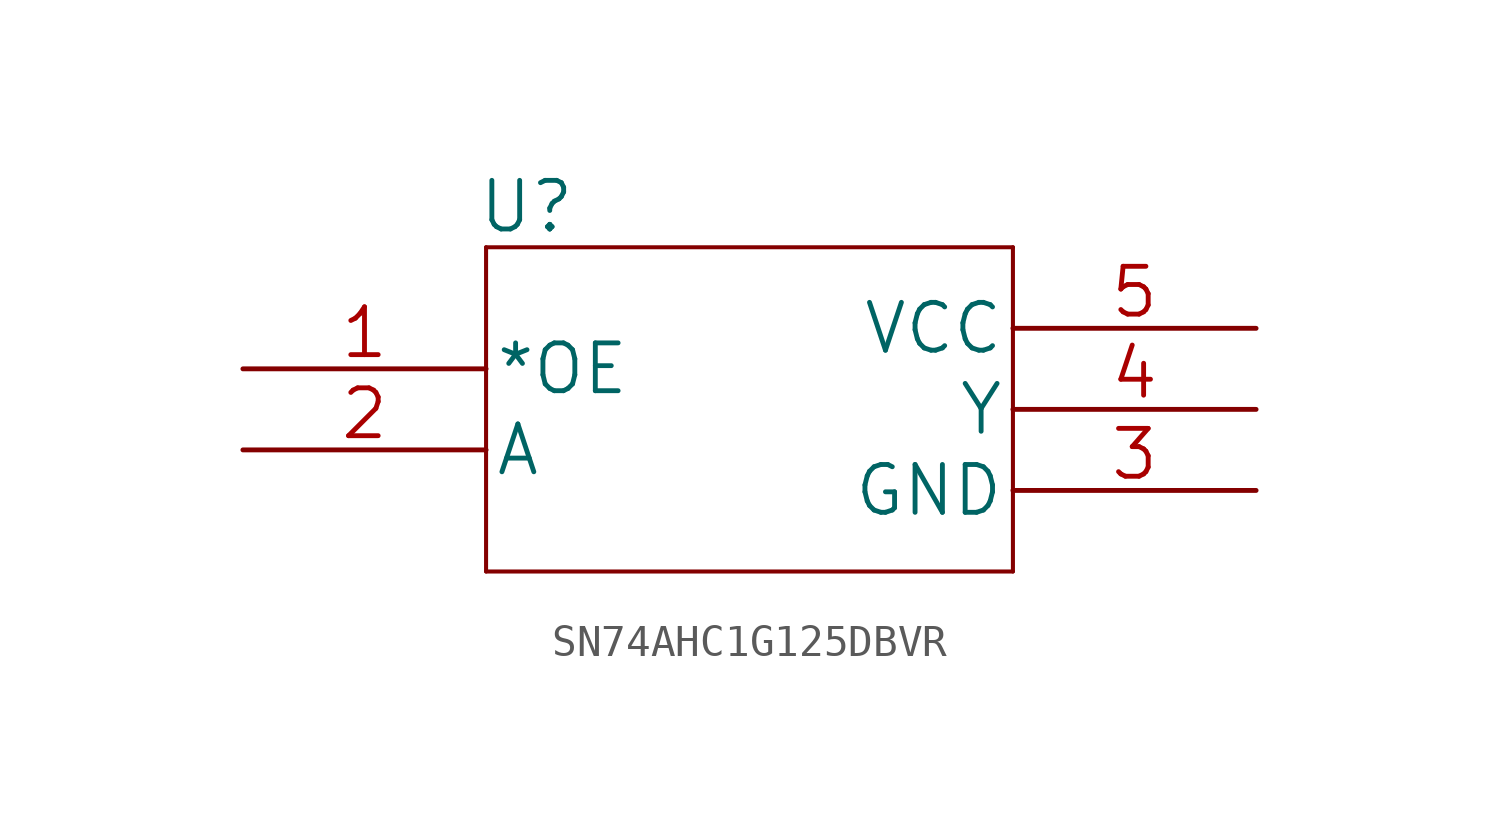
<source format=kicad_sym>
(kicad_symbol_lib
  (version 20220914)
  (generator kicad_symbol_editor)
  (symbol "SN74AHC1G125DBVR"
    (pin_names
      (offset 0.254))
    (property "Reference" "U"
      (at 8.89 5.08 0)
      (effects (font (size 1.524 1.524))))
    (property "Datasheet" ""
      (at 0 0 0)
      (effects (font (size 1.524 1.524))))
    (symbol "SN74AHC1G125DBVR_1_1"
      (polyline (pts (xy 7.62 -6.35) (xy 24.13 -6.35)) (stroke (width 0.127) (type default)) (fill (type none)))
      (polyline (pts (xy 7.62 3.81) (xy 7.62 -6.35)) (stroke (width 0.127) (type default)) (fill (type none)))
      (polyline (pts (xy 24.13 -6.35) (xy 24.13 3.81)) (stroke (width 0.127) (type default)) (fill (type none)))
      (polyline (pts (xy 24.13 3.81) (xy 7.62 3.81)) (stroke (width 0.127) (type default)) (fill (type none)))
      (pin passive line (at 0 0 0) (length 7.62) (name "*OE" (effects (font (size 1.499 1.499)))) (number "1" (effects (font (size 1.499 1.499)))))
      (pin passive line (at 0 -2.54 0) (length 7.62) (name "A" (effects (font (size 1.499 1.499)))) (number "2" (effects (font (size 1.499 1.499)))))
      (pin passive line (at 31.75 -3.81 180) (length 7.62) (name "GND" (effects (font (size 1.499 1.499)))) (number "3" (effects (font (size 1.499 1.499)))))
      (pin output line (at 31.75 -1.27 180) (length 7.62) (name "Y" (effects (font (size 1.499 1.499)))) (number "4" (effects (font (size 1.499 1.499)))))
      (pin passive line (at 31.75 1.27 180) (length 7.62) (name "VCC" (effects (font (size 1.499 1.499)))) (number "5" (effects (font (size 1.499 1.499))))))))
</source>
